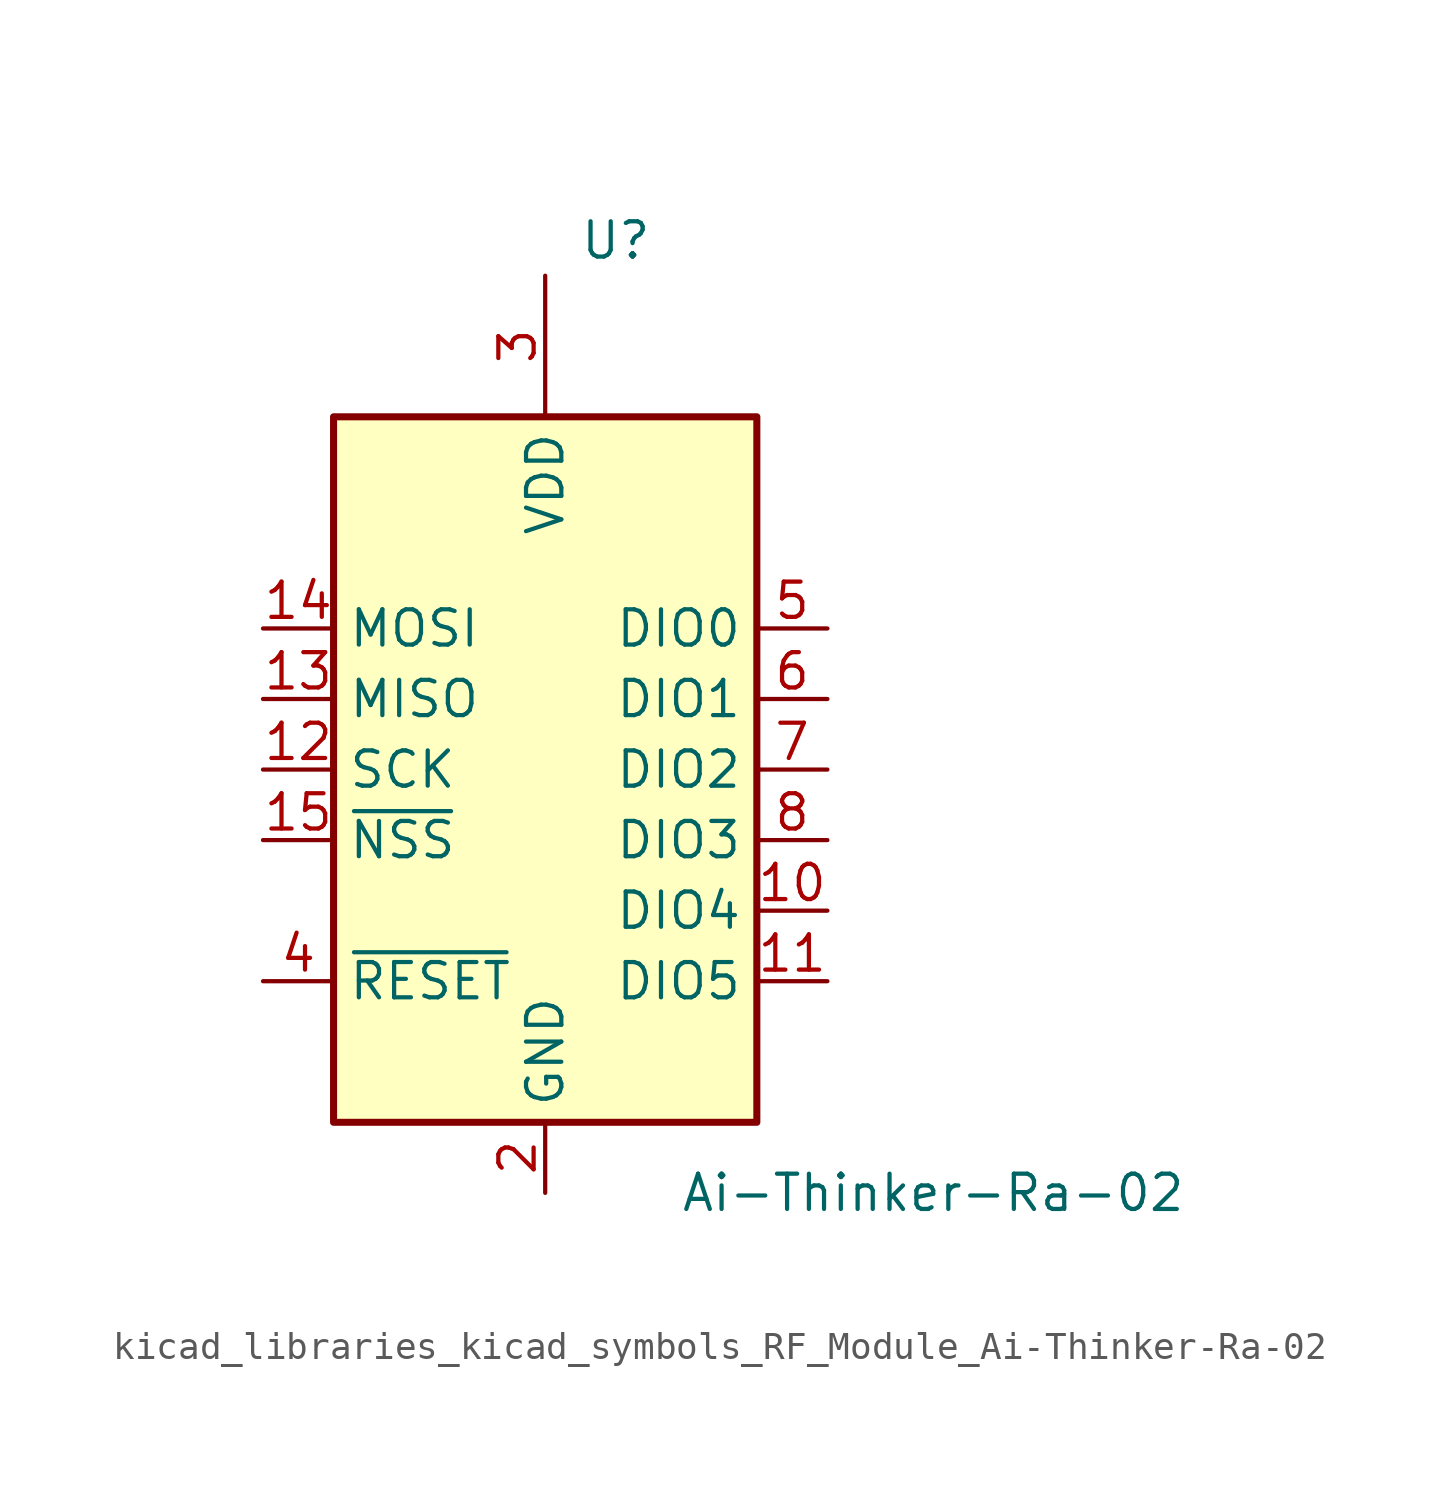
<source format=kicad_sym>
(kicad_symbol_lib
  (version 20220914)
  (generator kicad_symbol_editor)
  (symbol "kicad_libraries_kicad_symbols_RF_Module_Ai-Thinker-Ra-02"
    (property "Reference" "U"
      (at 2.54 19.05 0)
      (effects (font (size 1.27 1.27))))
    (property "Value" "Ai-Thinker-Ra-02"
      (at 13.97 -15.24 0)
      (effects (font (size 1.27 1.27))))
    (symbol "kicad_libraries_kicad_symbols_RF_Module_Ai-Thinker-Ra-02_0_1"
      (rectangle (start -7.62 12.7) (end 7.62 -12.7) (stroke (width 0.254) (type default)) (fill (type background))))
    (symbol "kicad_libraries_kicad_symbols_RF_Module_Ai-Thinker-Ra-02_1_1"
      (pin passive line (at 0 -15.24 90) (length 2.54) hide (name "GND" (effects (font (size 1.27 1.27)))) (number "1" (effects (font (size 1.27 1.27)))))
      (pin bidirectional line (at 10.16 -5.08 180) (length 2.54) (name "DIO4" (effects (font (size 1.27 1.27)))) (number "10" (effects (font (size 1.27 1.27)))))
      (pin bidirectional line (at 10.16 -7.62 180) (length 2.54) (name "DIO5" (effects (font (size 1.27 1.27)))) (number "11" (effects (font (size 1.27 1.27)))))
      (pin input line (at -10.16 0 0) (length 2.54) (name "SCK" (effects (font (size 1.27 1.27)))) (number "12" (effects (font (size 1.27 1.27)))))
      (pin output line (at -10.16 2.54 0) (length 2.54) (name "MISO" (effects (font (size 1.27 1.27)))) (number "13" (effects (font (size 1.27 1.27)))))
      (pin input line (at -10.16 5.08 0) (length 2.54) (name "MOSI" (effects (font (size 1.27 1.27)))) (number "14" (effects (font (size 1.27 1.27)))))
      (pin input line (at -10.16 -2.54 0) (length 2.54) (name "~{NSS}" (effects (font (size 1.27 1.27)))) (number "15" (effects (font (size 1.27 1.27)))))
      (pin passive line (at 0 -15.24 90) (length 2.54) hide (name "GND" (effects (font (size 1.27 1.27)))) (number "16" (effects (font (size 1.27 1.27)))))
      (pin power_in line (at 0 -15.24 90) (length 2.54) (name "GND" (effects (font (size 1.27 1.27)))) (number "2" (effects (font (size 1.27 1.27)))))
      (pin power_in line (at 0 17.78 270) (length 5.08) (name "VDD" (effects (font (size 1.27 1.27)))) (number "3" (effects (font (size 1.27 1.27)))))
      (pin input line (at -10.16 -7.62 0) (length 2.54) (name "~{RESET}" (effects (font (size 1.27 1.27)))) (number "4" (effects (font (size 1.27 1.27)))))
      (pin bidirectional line (at 10.16 5.08 180) (length 2.54) (name "DIO0" (effects (font (size 1.27 1.27)))) (number "5" (effects (font (size 1.27 1.27)))))
      (pin bidirectional line (at 10.16 2.54 180) (length 2.54) (name "DIO1" (effects (font (size 1.27 1.27)))) (number "6" (effects (font (size 1.27 1.27)))))
      (pin bidirectional line (at 10.16 0 180) (length 2.54) (name "DIO2" (effects (font (size 1.27 1.27)))) (number "7" (effects (font (size 1.27 1.27)))))
      (pin bidirectional line (at 10.16 -2.54 180) (length 2.54) (name "DIO3" (effects (font (size 1.27 1.27)))) (number "8" (effects (font (size 1.27 1.27)))))
      (pin passive line (at 0 -15.24 90) (length 2.54) hide (name "GND" (effects (font (size 1.27 1.27)))) (number "9" (effects (font (size 1.27 1.27))))))))
</source>
